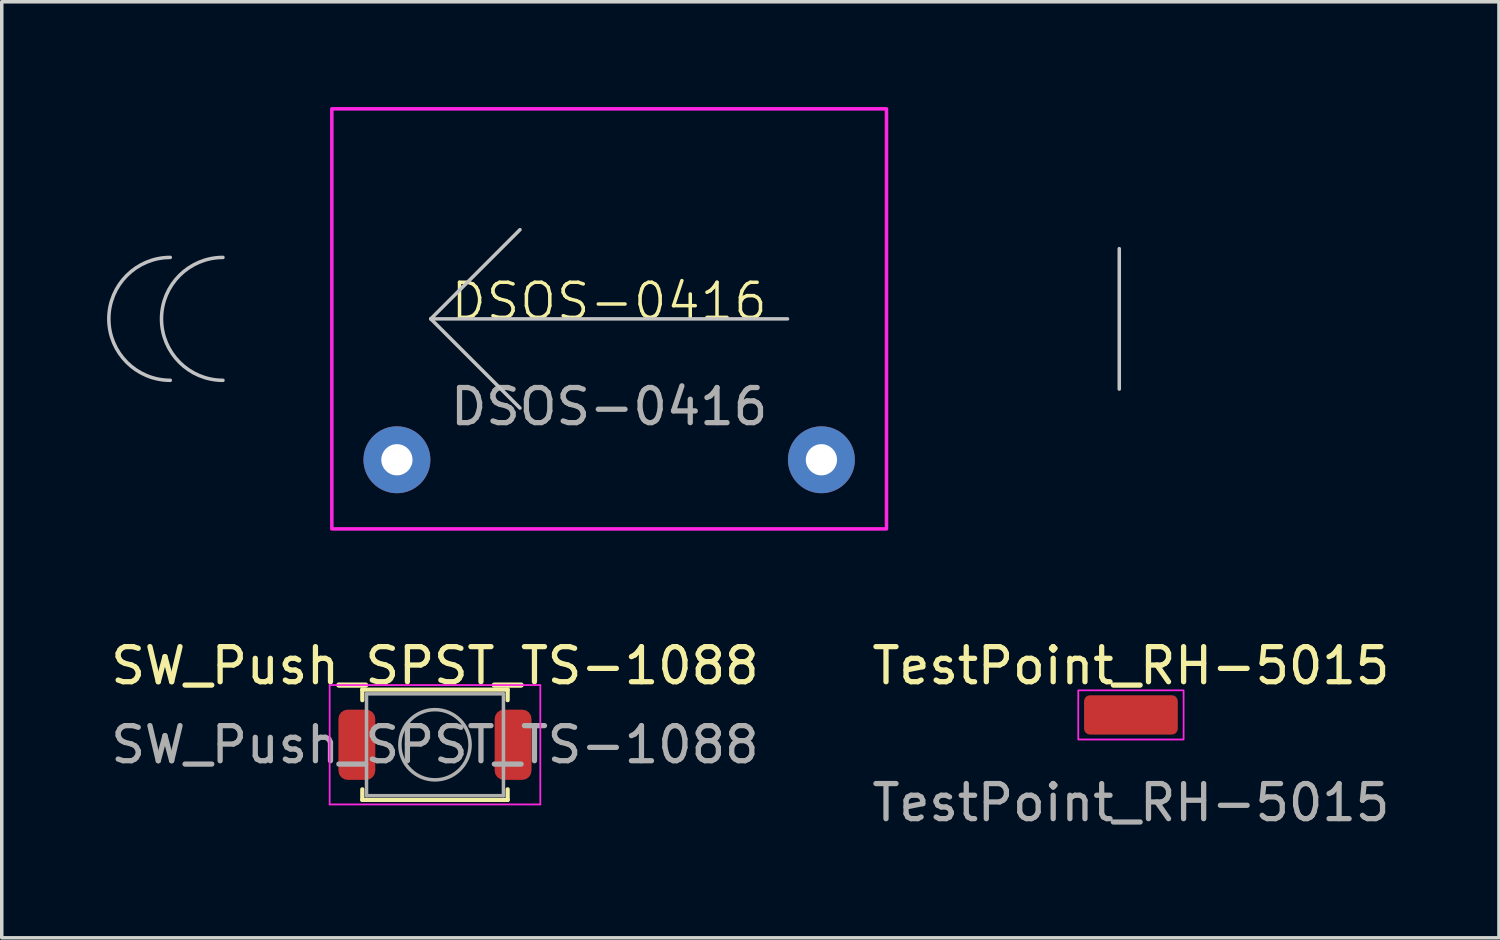
<source format=kicad_pcb>
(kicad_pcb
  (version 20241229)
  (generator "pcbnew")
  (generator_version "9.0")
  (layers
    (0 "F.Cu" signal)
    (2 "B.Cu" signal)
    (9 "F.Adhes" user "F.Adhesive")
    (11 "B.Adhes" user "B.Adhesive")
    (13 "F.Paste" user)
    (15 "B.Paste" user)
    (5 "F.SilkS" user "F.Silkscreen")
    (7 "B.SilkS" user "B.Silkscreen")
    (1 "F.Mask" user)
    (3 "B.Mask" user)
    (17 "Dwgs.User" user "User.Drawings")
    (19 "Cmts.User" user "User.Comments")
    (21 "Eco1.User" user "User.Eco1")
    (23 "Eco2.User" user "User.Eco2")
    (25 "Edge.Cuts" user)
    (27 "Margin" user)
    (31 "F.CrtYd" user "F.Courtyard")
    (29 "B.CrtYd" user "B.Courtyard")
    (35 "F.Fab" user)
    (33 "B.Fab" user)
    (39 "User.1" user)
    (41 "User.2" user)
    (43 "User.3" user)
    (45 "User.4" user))
  (footprint "TestPoint_RH-5015"
    (layer "F.Cu")
    (at 29.161 17.312)
    (property "Reference" "TestPoint_RH-5015" (at 0 -1.4 0) (unlocked yes) (layer "F.SilkS") (effects (font (size 1 1) (thickness 0.15))))
    (attr smd)
    (fp_rect (start -1.5 -0.7) (end 1.5 0.7) (stroke (width 0.05) (type solid)) (fill no) (layer "F.CrtYd"))
    (fp_text user "${REFERENCE}" (at 0 2.5 0) (unlocked yes) (layer "F.Fab") (effects (font (size 1 1) (thickness 0.15))))
    (pad "1" smd roundrect (at 0 0) (size 2.67 1.12) (layers "F.Cu" "F.Mask" "F.Paste") (roundrect_rratio 0.15)))
  (footprint "DSOS-0416"
    (layer "F.Cu")
    (at 14.3 6.032)
    (property "Reference" "DSOS-0416" (at 0 -0.5 0) (unlocked yes) (layer "F.SilkS") (effects (font (size 1 1) (thickness 0.1))))
    (attr through_hole)
    (fp_line (start -5.08 0) (end -2.54 -2.54) (stroke (width 0.1) (type default)) (layer "Dwgs.User"))
    (fp_line (start -5.08 0) (end -2.54 2.54) (stroke (width 0.1) (type default)) (layer "Dwgs.User"))
    (fp_line (start 5.08 0) (end -5.08 0) (stroke (width 0.1) (type default)) (layer "Dwgs.User"))
    (fp_line (start 14.529 -2) (end 14.529 2) (stroke (width 0.1) (type default)) (layer "Dwgs.User"))
    (fp_arc (start -12.5 1.75) (mid -14.25 0) (end -12.5 -1.75) (stroke (width 0.1) (type default)) (layer "Dwgs.User"))
    (fp_arc (start -11 1.75) (mid -12.75 0) (end -11 -1.75) (stroke (width 0.1) (type default)) (layer "Dwgs.User"))
    (fp_rect (start -7.899 -5.982) (end 7.899 5.982) (stroke (width 0.1) (type default)) (fill no) (layer "F.CrtYd"))
    (fp_text user "${REFERENCE}" (at 0 2.5 0) (unlocked yes) (layer "F.Fab") (effects (font (size 1 1) (thickness 0.15))))
    (pad "1" thru_hole circle (at -6.045 4.013) (size 1.905 1.905) (drill 0.889) (layers "*.Cu" "*.Mask"))
    (pad "2" thru_hole circle (at 6.045 4.013) (size 1.905 1.905) (drill 0.889) (layers "*.Cu" "*.Mask")))
  (footprint "SW_Push_SPST_TS-1088"
    (layer "F.Cu")
    (at 9.339 18.162)
    (property "Reference" "SW_Push_SPST_TS-1088" (at 0 -2.25 0) (layer "F.SilkS") (effects (font (size 1 1) (thickness 0.15))))
    (attr smd)
    (fp_line (start -2.07 -1.57) (end 2.07 -1.57) (stroke (width 0.12) (type solid)) (layer "F.SilkS"))
    (fp_line (start -2.07 -1.27) (end -2.07 -1.57) (stroke (width 0.12) (type solid)) (layer "F.SilkS"))
    (fp_line (start -2.07 1.57) (end -2.07 1.27) (stroke (width 0.12) (type solid)) (layer "F.SilkS"))
    (fp_line (start 2.07 -1.57) (end 2.07 -1.27) (stroke (width 0.12) (type solid)) (layer "F.SilkS"))
    (fp_line (start 2.07 1.27) (end 2.07 1.57) (stroke (width 0.12) (type solid)) (layer "F.SilkS"))
    (fp_line (start 2.07 1.57) (end -2.07 1.57) (stroke (width 0.12) (type solid)) (layer "F.SilkS"))
    (fp_line (start -3 -1.7) (end 3 -1.7) (stroke (width 0.05) (type solid)) (layer "F.CrtYd"))
    (fp_line (start -3 1.7) (end -3 -1.7) (stroke (width 0.05) (type solid)) (layer "F.CrtYd"))
    (fp_line (start 3 -1.7) (end 3 1.7) (stroke (width 0.05) (type solid)) (layer "F.CrtYd"))
    (fp_line (start 3 1.7) (end -3 1.7) (stroke (width 0.05) (type solid)) (layer "F.CrtYd"))
    (fp_line (start -1.95 -1.45) (end 1.95 -1.45) (stroke (width 0.1) (type solid)) (layer "F.Fab"))
    (fp_line (start -1.95 1.45) (end -1.95 -1.45) (stroke (width 0.1) (type solid)) (layer "F.Fab"))
    (fp_line (start 1.95 -1.45) (end 1.95 1.45) (stroke (width 0.1) (type solid)) (layer "F.Fab"))
    (fp_line (start 1.95 1.45) (end -1.95 1.45) (stroke (width 0.1) (type solid)) (layer "F.Fab"))
    (fp_circle (center 0 0) (end 1 0) (stroke (width 0.1) (type solid)) (fill no) (layer "F.Fab"))
    (fp_text user "${REFERENCE}" (at 0 0 0) (layer "F.Fab") (effects (font (size 1 1) (thickness 0.15))))
    (pad "1" smd roundrect (at -2.225 0) (size 1.05 2) (layers "F.Cu" "F.Mask" "F.Paste") (roundrect_rratio 0.25))
    (pad "2" smd roundrect (at 2.225 0) (size 1.05 2) (layers "F.Cu" "F.Mask" "F.Paste") (roundrect_rratio 0.25)))
  (gr_rect
    (start -3 -3)
    (end 39.643 23.66)
    (stroke (width 0.1) (type default))
    (fill no)
    (layer "Edge.Cuts")))
</source>
